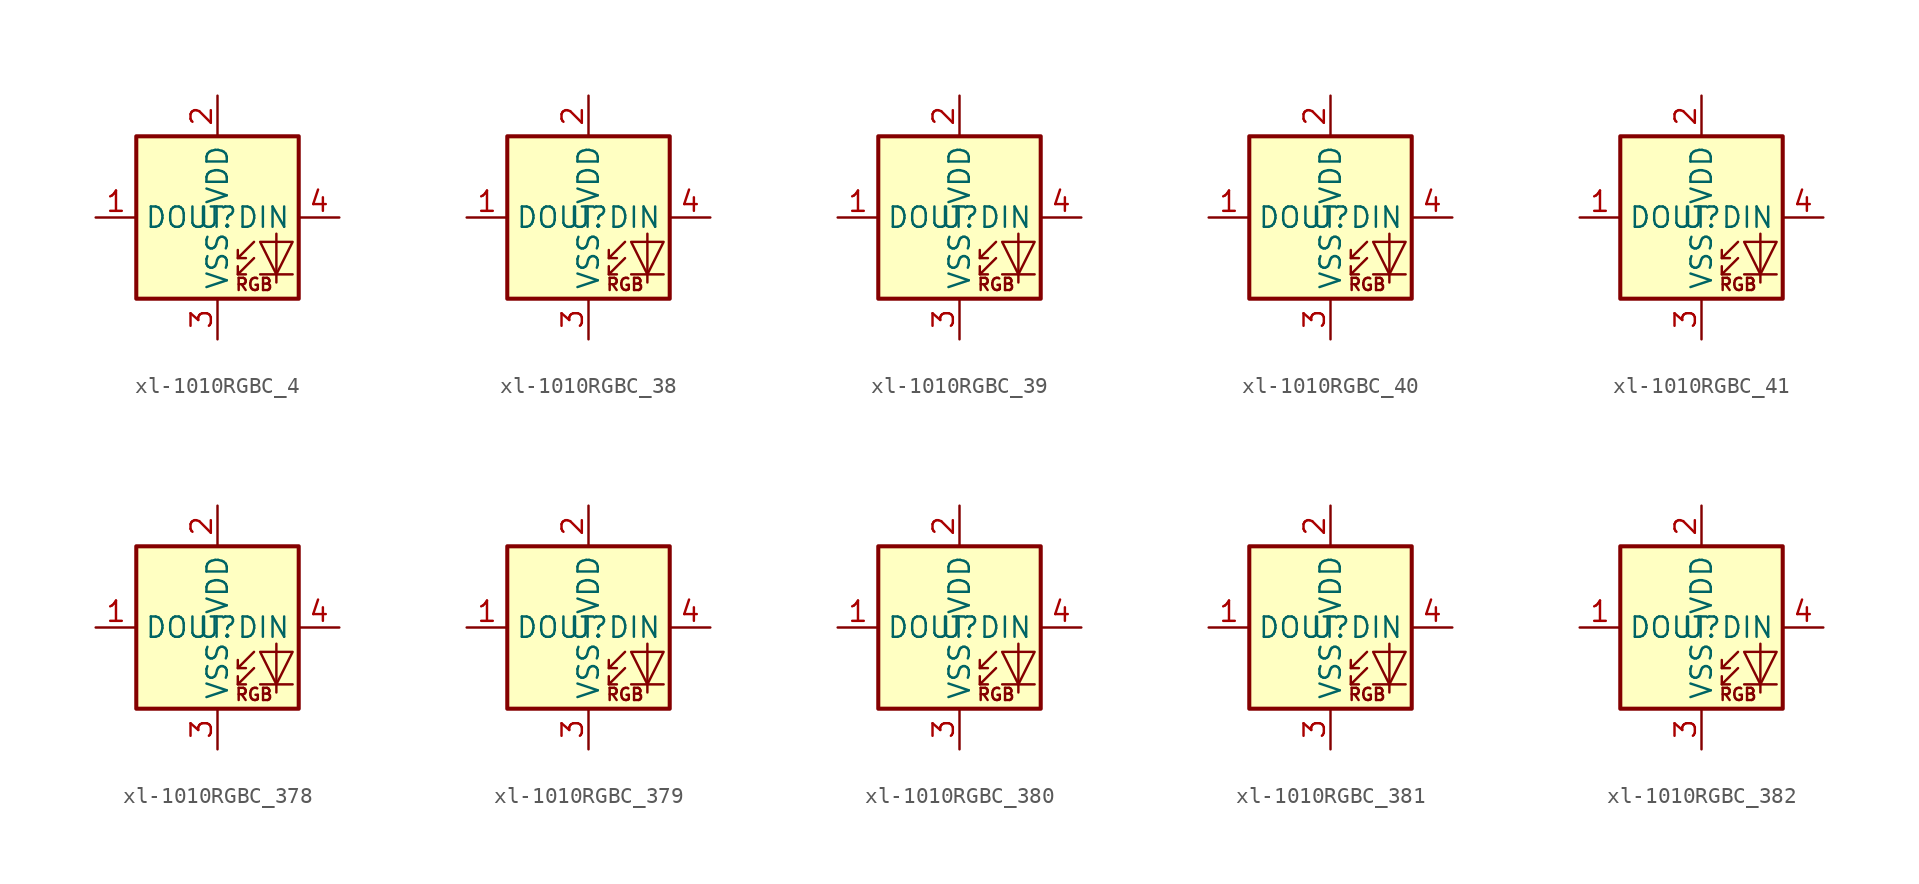
<source format=kicad_sym>
(kicad_symbol_lib
  (version 20231120)
  (generator "kicad_symbol_editor")
  (generator_version "8.0")
  (symbol "xl-1010RGBC_4"
    (property "Reference" "U"
      (at 0 0 0)
      (effects (font (size 1.27 1.27))))
    (property "Value" ""
      (at 0 0 0)
      (effects (font (size 1.27 1.27))))
    (symbol "xl-1010RGBC_4_0_0"
      (text "RGB" (at 2.286 -4.191 0) (effects (font (size 0.762 0.762)))))
    (symbol "xl-1010RGBC_4_0_1"
      (polyline (pts (xy 1.27 -3.556) (xy 1.778 -3.556)) (stroke (width 0) (type default)) (fill (type none)))
      (polyline (pts (xy 1.27 -2.54) (xy 1.778 -2.54)) (stroke (width 0) (type default)) (fill (type none)))
      (polyline (pts (xy 4.699 -3.556) (xy 2.667 -3.556)) (stroke (width 0) (type default)) (fill (type none)))
      (polyline (pts (xy 2.286 -2.54) (xy 1.27 -3.556) (xy 1.27 -3.048)) (stroke (width 0) (type default)) (fill (type none)))
      (polyline (pts (xy 2.286 -1.524) (xy 1.27 -2.54) (xy 1.27 -2.032)) (stroke (width 0) (type default)) (fill (type none)))
      (polyline (pts (xy 3.683 -1.016) (xy 3.683 -3.556) (xy 3.683 -4.064)) (stroke (width 0) (type default)) (fill (type none)))
      (polyline (pts (xy 4.699 -1.524) (xy 2.667 -1.524) (xy 3.683 -3.556) (xy 4.699 -1.524)) (stroke (width 0) (type default)) (fill (type none)))
      (rectangle (start 5.08 5.08) (end -5.08 -5.08) (stroke (width 0.254) (type default)) (fill (type background))))
    (symbol "xl-1010RGBC_4_1_1"
      (pin output line (at -7.62 0 0) (length 2.54) (name "DOUT" (effects (font (size 1.27 1.27)))) (number "1" (effects (font (size 1.27 1.27)))))
      (pin power_in line (at 0 7.62 270) (length 2.54) (name "VDD" (effects (font (size 1.27 1.27)))) (number "2" (effects (font (size 1.27 1.27)))))
      (pin power_in line (at 0 -7.62 90) (length 2.54) (name "VSS" (effects (font (size 1.27 1.27)))) (number "3" (effects (font (size 1.27 1.27)))))
      (pin input line (at 7.62 0 180) (length 2.54) (name "DIN" (effects (font (size 1.27 1.27)))) (number "4" (effects (font (size 1.27 1.27)))))))
  (symbol "xl-1010RGBC_38"
    (property "Reference" "U"
      (at 0 0 0)
      (effects (font (size 1.27 1.27))))
    (property "Value" ""
      (at 0 0 0)
      (effects (font (size 1.27 1.27))))
    (symbol "xl-1010RGBC_38_0_0"
      (text "RGB" (at 2.286 -4.191 0) (effects (font (size 0.762 0.762)))))
    (symbol "xl-1010RGBC_38_0_1"
      (polyline (pts (xy 1.27 -3.556) (xy 1.778 -3.556)) (stroke (width 0) (type default)) (fill (type none)))
      (polyline (pts (xy 1.27 -2.54) (xy 1.778 -2.54)) (stroke (width 0) (type default)) (fill (type none)))
      (polyline (pts (xy 4.699 -3.556) (xy 2.667 -3.556)) (stroke (width 0) (type default)) (fill (type none)))
      (polyline (pts (xy 2.286 -2.54) (xy 1.27 -3.556) (xy 1.27 -3.048)) (stroke (width 0) (type default)) (fill (type none)))
      (polyline (pts (xy 2.286 -1.524) (xy 1.27 -2.54) (xy 1.27 -2.032)) (stroke (width 0) (type default)) (fill (type none)))
      (polyline (pts (xy 3.683 -1.016) (xy 3.683 -3.556) (xy 3.683 -4.064)) (stroke (width 0) (type default)) (fill (type none)))
      (polyline (pts (xy 4.699 -1.524) (xy 2.667 -1.524) (xy 3.683 -3.556) (xy 4.699 -1.524)) (stroke (width 0) (type default)) (fill (type none)))
      (rectangle (start 5.08 5.08) (end -5.08 -5.08) (stroke (width 0.254) (type default)) (fill (type background))))
    (symbol "xl-1010RGBC_38_1_1"
      (pin output line (at -7.62 0 0) (length 2.54) (name "DOUT" (effects (font (size 1.27 1.27)))) (number "1" (effects (font (size 1.27 1.27)))))
      (pin power_in line (at 0 7.62 270) (length 2.54) (name "VDD" (effects (font (size 1.27 1.27)))) (number "2" (effects (font (size 1.27 1.27)))))
      (pin power_in line (at 0 -7.62 90) (length 2.54) (name "VSS" (effects (font (size 1.27 1.27)))) (number "3" (effects (font (size 1.27 1.27)))))
      (pin input line (at 7.62 0 180) (length 2.54) (name "DIN" (effects (font (size 1.27 1.27)))) (number "4" (effects (font (size 1.27 1.27)))))))
  (symbol "xl-1010RGBC_39"
    (property "Reference" "U"
      (at 0 0 0)
      (effects (font (size 1.27 1.27))))
    (property "Value" ""
      (at 0 0 0)
      (effects (font (size 1.27 1.27))))
    (symbol "xl-1010RGBC_39_0_0"
      (text "RGB" (at 2.286 -4.191 0) (effects (font (size 0.762 0.762)))))
    (symbol "xl-1010RGBC_39_0_1"
      (polyline (pts (xy 1.27 -3.556) (xy 1.778 -3.556)) (stroke (width 0) (type default)) (fill (type none)))
      (polyline (pts (xy 1.27 -2.54) (xy 1.778 -2.54)) (stroke (width 0) (type default)) (fill (type none)))
      (polyline (pts (xy 4.699 -3.556) (xy 2.667 -3.556)) (stroke (width 0) (type default)) (fill (type none)))
      (polyline (pts (xy 2.286 -2.54) (xy 1.27 -3.556) (xy 1.27 -3.048)) (stroke (width 0) (type default)) (fill (type none)))
      (polyline (pts (xy 2.286 -1.524) (xy 1.27 -2.54) (xy 1.27 -2.032)) (stroke (width 0) (type default)) (fill (type none)))
      (polyline (pts (xy 3.683 -1.016) (xy 3.683 -3.556) (xy 3.683 -4.064)) (stroke (width 0) (type default)) (fill (type none)))
      (polyline (pts (xy 4.699 -1.524) (xy 2.667 -1.524) (xy 3.683 -3.556) (xy 4.699 -1.524)) (stroke (width 0) (type default)) (fill (type none)))
      (rectangle (start 5.08 5.08) (end -5.08 -5.08) (stroke (width 0.254) (type default)) (fill (type background))))
    (symbol "xl-1010RGBC_39_1_1"
      (pin output line (at -7.62 0 0) (length 2.54) (name "DOUT" (effects (font (size 1.27 1.27)))) (number "1" (effects (font (size 1.27 1.27)))))
      (pin power_in line (at 0 7.62 270) (length 2.54) (name "VDD" (effects (font (size 1.27 1.27)))) (number "2" (effects (font (size 1.27 1.27)))))
      (pin power_in line (at 0 -7.62 90) (length 2.54) (name "VSS" (effects (font (size 1.27 1.27)))) (number "3" (effects (font (size 1.27 1.27)))))
      (pin input line (at 7.62 0 180) (length 2.54) (name "DIN" (effects (font (size 1.27 1.27)))) (number "4" (effects (font (size 1.27 1.27)))))))
  (symbol "xl-1010RGBC_40"
    (property "Reference" "U"
      (at 0 0 0)
      (effects (font (size 1.27 1.27))))
    (property "Value" ""
      (at 0 0 0)
      (effects (font (size 1.27 1.27))))
    (symbol "xl-1010RGBC_40_0_0"
      (text "RGB" (at 2.286 -4.191 0) (effects (font (size 0.762 0.762)))))
    (symbol "xl-1010RGBC_40_0_1"
      (polyline (pts (xy 1.27 -3.556) (xy 1.778 -3.556)) (stroke (width 0) (type default)) (fill (type none)))
      (polyline (pts (xy 1.27 -2.54) (xy 1.778 -2.54)) (stroke (width 0) (type default)) (fill (type none)))
      (polyline (pts (xy 4.699 -3.556) (xy 2.667 -3.556)) (stroke (width 0) (type default)) (fill (type none)))
      (polyline (pts (xy 2.286 -2.54) (xy 1.27 -3.556) (xy 1.27 -3.048)) (stroke (width 0) (type default)) (fill (type none)))
      (polyline (pts (xy 2.286 -1.524) (xy 1.27 -2.54) (xy 1.27 -2.032)) (stroke (width 0) (type default)) (fill (type none)))
      (polyline (pts (xy 3.683 -1.016) (xy 3.683 -3.556) (xy 3.683 -4.064)) (stroke (width 0) (type default)) (fill (type none)))
      (polyline (pts (xy 4.699 -1.524) (xy 2.667 -1.524) (xy 3.683 -3.556) (xy 4.699 -1.524)) (stroke (width 0) (type default)) (fill (type none)))
      (rectangle (start 5.08 5.08) (end -5.08 -5.08) (stroke (width 0.254) (type default)) (fill (type background))))
    (symbol "xl-1010RGBC_40_1_1"
      (pin output line (at -7.62 0 0) (length 2.54) (name "DOUT" (effects (font (size 1.27 1.27)))) (number "1" (effects (font (size 1.27 1.27)))))
      (pin power_in line (at 0 7.62 270) (length 2.54) (name "VDD" (effects (font (size 1.27 1.27)))) (number "2" (effects (font (size 1.27 1.27)))))
      (pin power_in line (at 0 -7.62 90) (length 2.54) (name "VSS" (effects (font (size 1.27 1.27)))) (number "3" (effects (font (size 1.27 1.27)))))
      (pin input line (at 7.62 0 180) (length 2.54) (name "DIN" (effects (font (size 1.27 1.27)))) (number "4" (effects (font (size 1.27 1.27)))))))
  (symbol "xl-1010RGBC_41"
    (property "Reference" "U"
      (at 0 0 0)
      (effects (font (size 1.27 1.27))))
    (property "Value" ""
      (at 0 0 0)
      (effects (font (size 1.27 1.27))))
    (symbol "xl-1010RGBC_41_0_0"
      (text "RGB" (at 2.286 -4.191 0) (effects (font (size 0.762 0.762)))))
    (symbol "xl-1010RGBC_41_0_1"
      (polyline (pts (xy 1.27 -3.556) (xy 1.778 -3.556)) (stroke (width 0) (type default)) (fill (type none)))
      (polyline (pts (xy 1.27 -2.54) (xy 1.778 -2.54)) (stroke (width 0) (type default)) (fill (type none)))
      (polyline (pts (xy 4.699 -3.556) (xy 2.667 -3.556)) (stroke (width 0) (type default)) (fill (type none)))
      (polyline (pts (xy 2.286 -2.54) (xy 1.27 -3.556) (xy 1.27 -3.048)) (stroke (width 0) (type default)) (fill (type none)))
      (polyline (pts (xy 2.286 -1.524) (xy 1.27 -2.54) (xy 1.27 -2.032)) (stroke (width 0) (type default)) (fill (type none)))
      (polyline (pts (xy 3.683 -1.016) (xy 3.683 -3.556) (xy 3.683 -4.064)) (stroke (width 0) (type default)) (fill (type none)))
      (polyline (pts (xy 4.699 -1.524) (xy 2.667 -1.524) (xy 3.683 -3.556) (xy 4.699 -1.524)) (stroke (width 0) (type default)) (fill (type none)))
      (rectangle (start 5.08 5.08) (end -5.08 -5.08) (stroke (width 0.254) (type default)) (fill (type background))))
    (symbol "xl-1010RGBC_41_1_1"
      (pin output line (at -7.62 0 0) (length 2.54) (name "DOUT" (effects (font (size 1.27 1.27)))) (number "1" (effects (font (size 1.27 1.27)))))
      (pin power_in line (at 0 7.62 270) (length 2.54) (name "VDD" (effects (font (size 1.27 1.27)))) (number "2" (effects (font (size 1.27 1.27)))))
      (pin power_in line (at 0 -7.62 90) (length 2.54) (name "VSS" (effects (font (size 1.27 1.27)))) (number "3" (effects (font (size 1.27 1.27)))))
      (pin input line (at 7.62 0 180) (length 2.54) (name "DIN" (effects (font (size 1.27 1.27)))) (number "4" (effects (font (size 1.27 1.27)))))))
  (symbol "xl-1010RGBC_378"
    (property "Reference" "U"
      (at 0 0 0)
      (effects (font (size 1.27 1.27))))
    (property "Value" ""
      (at 0 0 0)
      (effects (font (size 1.27 1.27))))
    (symbol "xl-1010RGBC_378_0_0"
      (text "RGB" (at 2.286 -4.191 0) (effects (font (size 0.762 0.762)))))
    (symbol "xl-1010RGBC_378_0_1"
      (polyline (pts (xy 1.27 -3.556) (xy 1.778 -3.556)) (stroke (width 0) (type default)) (fill (type none)))
      (polyline (pts (xy 1.27 -2.54) (xy 1.778 -2.54)) (stroke (width 0) (type default)) (fill (type none)))
      (polyline (pts (xy 4.699 -3.556) (xy 2.667 -3.556)) (stroke (width 0) (type default)) (fill (type none)))
      (polyline (pts (xy 2.286 -2.54) (xy 1.27 -3.556) (xy 1.27 -3.048)) (stroke (width 0) (type default)) (fill (type none)))
      (polyline (pts (xy 2.286 -1.524) (xy 1.27 -2.54) (xy 1.27 -2.032)) (stroke (width 0) (type default)) (fill (type none)))
      (polyline (pts (xy 3.683 -1.016) (xy 3.683 -3.556) (xy 3.683 -4.064)) (stroke (width 0) (type default)) (fill (type none)))
      (polyline (pts (xy 4.699 -1.524) (xy 2.667 -1.524) (xy 3.683 -3.556) (xy 4.699 -1.524)) (stroke (width 0) (type default)) (fill (type none)))
      (rectangle (start 5.08 5.08) (end -5.08 -5.08) (stroke (width 0.254) (type default)) (fill (type background))))
    (symbol "xl-1010RGBC_378_1_1"
      (pin output line (at -7.62 0 0) (length 2.54) (name "DOUT" (effects (font (size 1.27 1.27)))) (number "1" (effects (font (size 1.27 1.27)))))
      (pin power_in line (at 0 7.62 270) (length 2.54) (name "VDD" (effects (font (size 1.27 1.27)))) (number "2" (effects (font (size 1.27 1.27)))))
      (pin power_in line (at 0 -7.62 90) (length 2.54) (name "VSS" (effects (font (size 1.27 1.27)))) (number "3" (effects (font (size 1.27 1.27)))))
      (pin input line (at 7.62 0 180) (length 2.54) (name "DIN" (effects (font (size 1.27 1.27)))) (number "4" (effects (font (size 1.27 1.27)))))))
  (symbol "xl-1010RGBC_379"
    (property "Reference" "U"
      (at 0 0 0)
      (effects (font (size 1.27 1.27))))
    (property "Value" ""
      (at 0 0 0)
      (effects (font (size 1.27 1.27))))
    (symbol "xl-1010RGBC_379_0_0"
      (text "RGB" (at 2.286 -4.191 0) (effects (font (size 0.762 0.762)))))
    (symbol "xl-1010RGBC_379_0_1"
      (polyline (pts (xy 1.27 -3.556) (xy 1.778 -3.556)) (stroke (width 0) (type default)) (fill (type none)))
      (polyline (pts (xy 1.27 -2.54) (xy 1.778 -2.54)) (stroke (width 0) (type default)) (fill (type none)))
      (polyline (pts (xy 4.699 -3.556) (xy 2.667 -3.556)) (stroke (width 0) (type default)) (fill (type none)))
      (polyline (pts (xy 2.286 -2.54) (xy 1.27 -3.556) (xy 1.27 -3.048)) (stroke (width 0) (type default)) (fill (type none)))
      (polyline (pts (xy 2.286 -1.524) (xy 1.27 -2.54) (xy 1.27 -2.032)) (stroke (width 0) (type default)) (fill (type none)))
      (polyline (pts (xy 3.683 -1.016) (xy 3.683 -3.556) (xy 3.683 -4.064)) (stroke (width 0) (type default)) (fill (type none)))
      (polyline (pts (xy 4.699 -1.524) (xy 2.667 -1.524) (xy 3.683 -3.556) (xy 4.699 -1.524)) (stroke (width 0) (type default)) (fill (type none)))
      (rectangle (start 5.08 5.08) (end -5.08 -5.08) (stroke (width 0.254) (type default)) (fill (type background))))
    (symbol "xl-1010RGBC_379_1_1"
      (pin output line (at -7.62 0 0) (length 2.54) (name "DOUT" (effects (font (size 1.27 1.27)))) (number "1" (effects (font (size 1.27 1.27)))))
      (pin power_in line (at 0 7.62 270) (length 2.54) (name "VDD" (effects (font (size 1.27 1.27)))) (number "2" (effects (font (size 1.27 1.27)))))
      (pin power_in line (at 0 -7.62 90) (length 2.54) (name "VSS" (effects (font (size 1.27 1.27)))) (number "3" (effects (font (size 1.27 1.27)))))
      (pin input line (at 7.62 0 180) (length 2.54) (name "DIN" (effects (font (size 1.27 1.27)))) (number "4" (effects (font (size 1.27 1.27)))))))
  (symbol "xl-1010RGBC_380"
    (property "Reference" "U"
      (at 0 0 0)
      (effects (font (size 1.27 1.27))))
    (property "Value" ""
      (at 0 0 0)
      (effects (font (size 1.27 1.27))))
    (symbol "xl-1010RGBC_380_0_0"
      (text "RGB" (at 2.286 -4.191 0) (effects (font (size 0.762 0.762)))))
    (symbol "xl-1010RGBC_380_0_1"
      (polyline (pts (xy 1.27 -3.556) (xy 1.778 -3.556)) (stroke (width 0) (type default)) (fill (type none)))
      (polyline (pts (xy 1.27 -2.54) (xy 1.778 -2.54)) (stroke (width 0) (type default)) (fill (type none)))
      (polyline (pts (xy 4.699 -3.556) (xy 2.667 -3.556)) (stroke (width 0) (type default)) (fill (type none)))
      (polyline (pts (xy 2.286 -2.54) (xy 1.27 -3.556) (xy 1.27 -3.048)) (stroke (width 0) (type default)) (fill (type none)))
      (polyline (pts (xy 2.286 -1.524) (xy 1.27 -2.54) (xy 1.27 -2.032)) (stroke (width 0) (type default)) (fill (type none)))
      (polyline (pts (xy 3.683 -1.016) (xy 3.683 -3.556) (xy 3.683 -4.064)) (stroke (width 0) (type default)) (fill (type none)))
      (polyline (pts (xy 4.699 -1.524) (xy 2.667 -1.524) (xy 3.683 -3.556) (xy 4.699 -1.524)) (stroke (width 0) (type default)) (fill (type none)))
      (rectangle (start 5.08 5.08) (end -5.08 -5.08) (stroke (width 0.254) (type default)) (fill (type background))))
    (symbol "xl-1010RGBC_380_1_1"
      (pin output line (at -7.62 0 0) (length 2.54) (name "DOUT" (effects (font (size 1.27 1.27)))) (number "1" (effects (font (size 1.27 1.27)))))
      (pin power_in line (at 0 7.62 270) (length 2.54) (name "VDD" (effects (font (size 1.27 1.27)))) (number "2" (effects (font (size 1.27 1.27)))))
      (pin power_in line (at 0 -7.62 90) (length 2.54) (name "VSS" (effects (font (size 1.27 1.27)))) (number "3" (effects (font (size 1.27 1.27)))))
      (pin input line (at 7.62 0 180) (length 2.54) (name "DIN" (effects (font (size 1.27 1.27)))) (number "4" (effects (font (size 1.27 1.27)))))))
  (symbol "xl-1010RGBC_381"
    (property "Reference" "U"
      (at 0 0 0)
      (effects (font (size 1.27 1.27))))
    (property "Value" ""
      (at 0 0 0)
      (effects (font (size 1.27 1.27))))
    (symbol "xl-1010RGBC_381_0_0"
      (text "RGB" (at 2.286 -4.191 0) (effects (font (size 0.762 0.762)))))
    (symbol "xl-1010RGBC_381_0_1"
      (polyline (pts (xy 1.27 -3.556) (xy 1.778 -3.556)) (stroke (width 0) (type default)) (fill (type none)))
      (polyline (pts (xy 1.27 -2.54) (xy 1.778 -2.54)) (stroke (width 0) (type default)) (fill (type none)))
      (polyline (pts (xy 4.699 -3.556) (xy 2.667 -3.556)) (stroke (width 0) (type default)) (fill (type none)))
      (polyline (pts (xy 2.286 -2.54) (xy 1.27 -3.556) (xy 1.27 -3.048)) (stroke (width 0) (type default)) (fill (type none)))
      (polyline (pts (xy 2.286 -1.524) (xy 1.27 -2.54) (xy 1.27 -2.032)) (stroke (width 0) (type default)) (fill (type none)))
      (polyline (pts (xy 3.683 -1.016) (xy 3.683 -3.556) (xy 3.683 -4.064)) (stroke (width 0) (type default)) (fill (type none)))
      (polyline (pts (xy 4.699 -1.524) (xy 2.667 -1.524) (xy 3.683 -3.556) (xy 4.699 -1.524)) (stroke (width 0) (type default)) (fill (type none)))
      (rectangle (start 5.08 5.08) (end -5.08 -5.08) (stroke (width 0.254) (type default)) (fill (type background))))
    (symbol "xl-1010RGBC_381_1_1"
      (pin output line (at -7.62 0 0) (length 2.54) (name "DOUT" (effects (font (size 1.27 1.27)))) (number "1" (effects (font (size 1.27 1.27)))))
      (pin power_in line (at 0 7.62 270) (length 2.54) (name "VDD" (effects (font (size 1.27 1.27)))) (number "2" (effects (font (size 1.27 1.27)))))
      (pin power_in line (at 0 -7.62 90) (length 2.54) (name "VSS" (effects (font (size 1.27 1.27)))) (number "3" (effects (font (size 1.27 1.27)))))
      (pin input line (at 7.62 0 180) (length 2.54) (name "DIN" (effects (font (size 1.27 1.27)))) (number "4" (effects (font (size 1.27 1.27)))))))
  (symbol "xl-1010RGBC_382"
    (property "Reference" "U"
      (at 0 0 0)
      (effects (font (size 1.27 1.27))))
    (property "Value" ""
      (at 0 0 0)
      (effects (font (size 1.27 1.27))))
    (symbol "xl-1010RGBC_382_0_0"
      (text "RGB" (at 2.286 -4.191 0) (effects (font (size 0.762 0.762)))))
    (symbol "xl-1010RGBC_382_0_1"
      (polyline (pts (xy 1.27 -3.556) (xy 1.778 -3.556)) (stroke (width 0) (type default)) (fill (type none)))
      (polyline (pts (xy 1.27 -2.54) (xy 1.778 -2.54)) (stroke (width 0) (type default)) (fill (type none)))
      (polyline (pts (xy 4.699 -3.556) (xy 2.667 -3.556)) (stroke (width 0) (type default)) (fill (type none)))
      (polyline (pts (xy 2.286 -2.54) (xy 1.27 -3.556) (xy 1.27 -3.048)) (stroke (width 0) (type default)) (fill (type none)))
      (polyline (pts (xy 2.286 -1.524) (xy 1.27 -2.54) (xy 1.27 -2.032)) (stroke (width 0) (type default)) (fill (type none)))
      (polyline (pts (xy 3.683 -1.016) (xy 3.683 -3.556) (xy 3.683 -4.064)) (stroke (width 0) (type default)) (fill (type none)))
      (polyline (pts (xy 4.699 -1.524) (xy 2.667 -1.524) (xy 3.683 -3.556) (xy 4.699 -1.524)) (stroke (width 0) (type default)) (fill (type none)))
      (rectangle (start 5.08 5.08) (end -5.08 -5.08) (stroke (width 0.254) (type default)) (fill (type background))))
    (symbol "xl-1010RGBC_382_1_1"
      (pin output line (at -7.62 0 0) (length 2.54) (name "DOUT" (effects (font (size 1.27 1.27)))) (number "1" (effects (font (size 1.27 1.27)))))
      (pin power_in line (at 0 7.62 270) (length 2.54) (name "VDD" (effects (font (size 1.27 1.27)))) (number "2" (effects (font (size 1.27 1.27)))))
      (pin power_in line (at 0 -7.62 90) (length 2.54) (name "VSS" (effects (font (size 1.27 1.27)))) (number "3" (effects (font (size 1.27 1.27)))))
      (pin input line (at 7.62 0 180) (length 2.54) (name "DIN" (effects (font (size 1.27 1.27)))) (number "4" (effects (font (size 1.27 1.27))))))))
</source>
